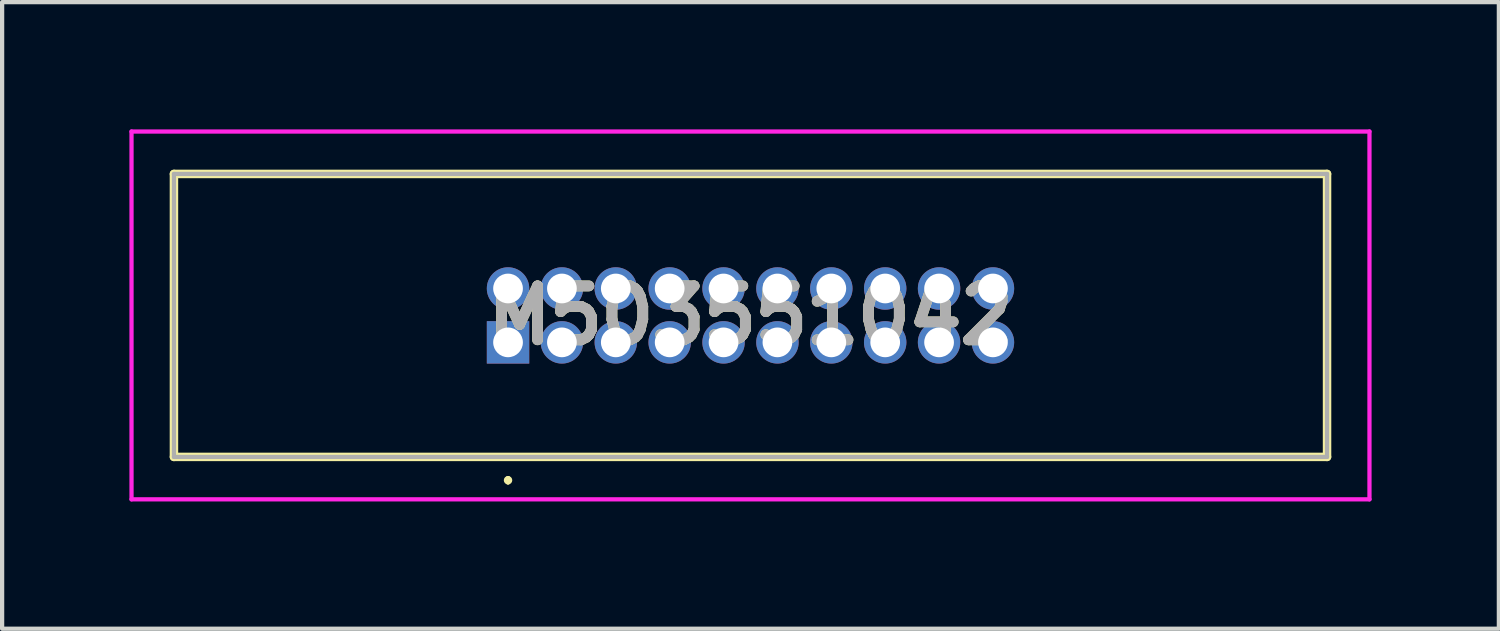
<source format=kicad_pcb>
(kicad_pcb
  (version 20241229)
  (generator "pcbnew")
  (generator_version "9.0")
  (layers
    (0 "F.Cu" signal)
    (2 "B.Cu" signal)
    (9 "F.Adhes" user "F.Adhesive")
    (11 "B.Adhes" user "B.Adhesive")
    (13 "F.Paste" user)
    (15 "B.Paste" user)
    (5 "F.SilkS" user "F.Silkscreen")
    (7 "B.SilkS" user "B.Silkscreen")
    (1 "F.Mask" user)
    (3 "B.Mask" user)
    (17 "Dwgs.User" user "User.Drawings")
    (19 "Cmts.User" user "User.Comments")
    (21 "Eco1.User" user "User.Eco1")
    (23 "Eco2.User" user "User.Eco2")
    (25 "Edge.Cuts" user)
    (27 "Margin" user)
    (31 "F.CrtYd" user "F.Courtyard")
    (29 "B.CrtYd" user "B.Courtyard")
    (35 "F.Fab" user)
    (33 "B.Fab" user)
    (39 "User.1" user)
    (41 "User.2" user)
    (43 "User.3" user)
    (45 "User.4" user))
  (footprint "M503551042"
    (layer "F.Cu")
    (at 8.925 5.02)
    (property "Reference" "M503551042" (at 5.715 -0.635 0) (layer "F.SilkS") (effects (font (size 1.27 1.27) (thickness 0.254))))
    (attr through_hole)
    (fp_line (start -7.875 -3.97) (end 19.305 -3.97) (stroke (width 0.2) (type solid)) (layer "F.SilkS"))
    (fp_line (start -7.875 2.7) (end -7.875 -3.97) (stroke (width 0.2) (type solid)) (layer "F.SilkS"))
    (fp_line (start 0 3.2) (end 0 3.2) (stroke (width 0.1) (type solid)) (layer "F.SilkS"))
    (fp_line (start 0 3.3) (end 0 3.3) (stroke (width 0.1) (type solid)) (layer "F.SilkS"))
    (fp_line (start 19.305 -3.97) (end 19.305 2.7) (stroke (width 0.2) (type solid)) (layer "F.SilkS"))
    (fp_line (start 19.305 2.7) (end -7.875 2.7) (stroke (width 0.2) (type solid)) (layer "F.SilkS"))
    (fp_arc (start 0 3.2) (mid 0.05 3.25) (end 0 3.3) (stroke (width 0.1) (type solid)) (layer "F.SilkS"))
    (fp_arc (start 0 3.3) (mid -0.05 3.25) (end 0 3.2) (stroke (width 0.1) (type solid)) (layer "F.SilkS"))
    (fp_line (start -8.875 -4.97) (end 20.305 -4.97) (stroke (width 0.1) (type solid)) (layer "F.CrtYd"))
    (fp_line (start -8.875 3.7) (end -8.875 -4.97) (stroke (width 0.1) (type solid)) (layer "F.CrtYd"))
    (fp_line (start 20.305 -4.97) (end 20.305 3.7) (stroke (width 0.1) (type solid)) (layer "F.CrtYd"))
    (fp_line (start 20.305 3.7) (end -8.875 3.7) (stroke (width 0.1) (type solid)) (layer "F.CrtYd"))
    (fp_line (start -7.875 -3.97) (end 19.305 -3.97) (stroke (width 0.1) (type solid)) (layer "F.Fab"))
    (fp_line (start -7.875 2.7) (end -7.875 -3.97) (stroke (width 0.1) (type solid)) (layer "F.Fab"))
    (fp_line (start 19.305 -3.97) (end 19.305 2.7) (stroke (width 0.1) (type solid)) (layer "F.Fab"))
    (fp_line (start 19.305 2.7) (end -7.875 2.7) (stroke (width 0.1) (type solid)) (layer "F.Fab"))
    (fp_text user "${REFERENCE}" (at 5.715 -0.635 0) (layer "F.Fab") (effects (font (size 1.27 1.27) (thickness 0.254))))
    (pad "1" thru_hole rect (at 0 0) (size 1 1) (drill 0.7) (layers "*.Cu" "*.Mask"))
    (pad "2" thru_hole circle (at 0 -1.27) (size 1 1) (drill 0.7) (layers "*.Cu" "*.Mask"))
    (pad "3" thru_hole circle (at 1.27 0) (size 1 1) (drill 0.7) (layers "*.Cu" "*.Mask"))
    (pad "4" thru_hole circle (at 1.27 -1.27) (size 1 1) (drill 0.7) (layers "*.Cu" "*.Mask"))
    (pad "5" thru_hole circle (at 2.54 0) (size 1 1) (drill 0.7) (layers "*.Cu" "*.Mask"))
    (pad "6" thru_hole circle (at 2.54 -1.27) (size 1 1) (drill 0.7) (layers "*.Cu" "*.Mask"))
    (pad "7" thru_hole circle (at 3.81 0) (size 1 1) (drill 0.7) (layers "*.Cu" "*.Mask"))
    (pad "8" thru_hole circle (at 3.81 -1.27) (size 1 1) (drill 0.7) (layers "*.Cu" "*.Mask"))
    (pad "9" thru_hole circle (at 5.08 0) (size 1 1) (drill 0.7) (layers "*.Cu" "*.Mask"))
    (pad "10" thru_hole circle (at 5.08 -1.27) (size 1 1) (drill 0.7) (layers "*.Cu" "*.Mask"))
    (pad "11" thru_hole circle (at 6.35 0) (size 1 1) (drill 0.7) (layers "*.Cu" "*.Mask"))
    (pad "12" thru_hole circle (at 6.35 -1.27) (size 1 1) (drill 0.7) (layers "*.Cu" "*.Mask"))
    (pad "13" thru_hole circle (at 7.62 0) (size 1 1) (drill 0.7) (layers "*.Cu" "*.Mask"))
    (pad "14" thru_hole circle (at 7.62 -1.27) (size 1 1) (drill 0.7) (layers "*.Cu" "*.Mask"))
    (pad "15" thru_hole circle (at 8.89 0) (size 1 1) (drill 0.7) (layers "*.Cu" "*.Mask"))
    (pad "16" thru_hole circle (at 8.89 -1.27) (size 1 1) (drill 0.7) (layers "*.Cu" "*.Mask"))
    (pad "17" thru_hole circle (at 10.16 0) (size 1 1) (drill 0.7) (layers "*.Cu" "*.Mask"))
    (pad "18" thru_hole circle (at 10.16 -1.27) (size 1 1) (drill 0.7) (layers "*.Cu" "*.Mask"))
    (pad "19" thru_hole circle (at 11.43 0) (size 1 1) (drill 0.7) (layers "*.Cu" "*.Mask"))
    (pad "20" thru_hole circle (at 11.43 -1.27) (size 1 1) (drill 0.7) (layers "*.Cu" "*.Mask")))
  (gr_rect
    (start -3 -3)
    (end 32.28 11.77)
    (stroke (width 0.1) (type default))
    (fill no)
    (layer "Edge.Cuts")))
</source>
